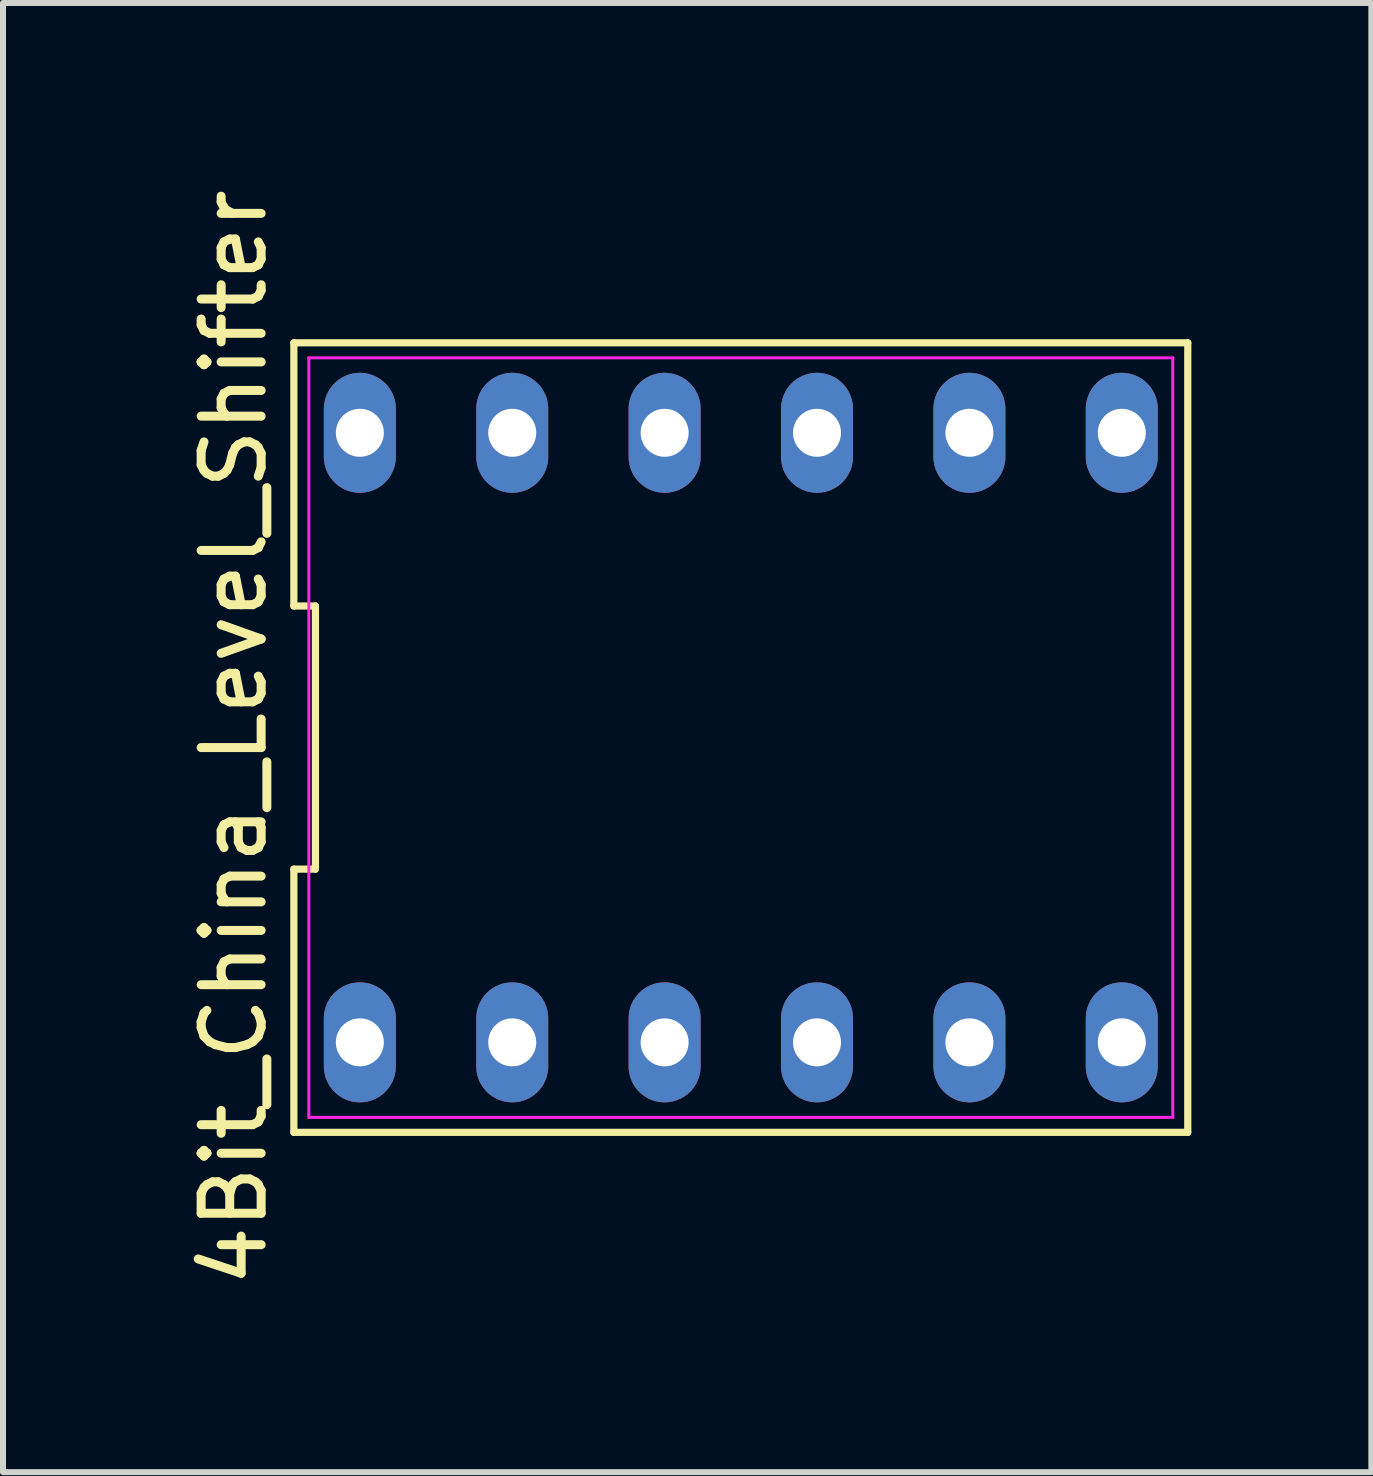
<source format=kicad_pcb>
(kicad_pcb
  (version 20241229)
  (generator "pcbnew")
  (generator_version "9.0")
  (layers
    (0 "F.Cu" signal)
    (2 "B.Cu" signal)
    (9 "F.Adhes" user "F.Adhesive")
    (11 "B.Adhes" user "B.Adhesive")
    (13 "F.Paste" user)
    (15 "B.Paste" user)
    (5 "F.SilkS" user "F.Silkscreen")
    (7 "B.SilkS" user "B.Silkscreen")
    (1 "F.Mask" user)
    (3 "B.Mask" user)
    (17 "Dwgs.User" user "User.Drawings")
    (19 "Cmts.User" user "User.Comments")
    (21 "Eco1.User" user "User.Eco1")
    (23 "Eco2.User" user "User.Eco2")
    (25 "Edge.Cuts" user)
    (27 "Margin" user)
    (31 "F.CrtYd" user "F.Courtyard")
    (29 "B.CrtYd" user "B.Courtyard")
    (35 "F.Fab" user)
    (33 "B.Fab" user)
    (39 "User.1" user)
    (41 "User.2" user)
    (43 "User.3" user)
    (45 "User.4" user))
  (footprint "4Bit_China_Level_Shifter"
    (layer "F.Cu")
    (at 9.298 9.244)
    (property "Reference" "4Bit_China_Level_Shifter" (at -8.45 0 90) (layer "F.SilkS") (effects (font (size 1 1) (thickness 0.15))))
    (attr through_hole)
    (fp_line (start -7.45 -6.58) (end -7.45 -2.193) (stroke (width 0.12) (type solid)) (layer "F.SilkS"))
    (fp_line (start -7.45 -2.193) (end -7.09 -2.193) (stroke (width 0.12) (type solid)) (layer "F.SilkS"))
    (fp_line (start -7.45 2.193) (end -7.45 6.58) (stroke (width 0.12) (type solid)) (layer "F.SilkS"))
    (fp_line (start -7.45 6.58) (end 7.45 6.58) (stroke (width 0.12) (type solid)) (layer "F.SilkS"))
    (fp_line (start -7.09 -2.193) (end -7.09 2.193) (stroke (width 0.12) (type solid)) (layer "F.SilkS"))
    (fp_line (start -7.09 2.193) (end -7.45 2.193) (stroke (width 0.12) (type solid)) (layer "F.SilkS"))
    (fp_line (start 7.45 -6.58) (end -7.45 -6.58) (stroke (width 0.12) (type solid)) (layer "F.SilkS"))
    (fp_line (start 7.45 6.58) (end 7.45 -6.58) (stroke (width 0.12) (type solid)) (layer "F.SilkS"))
    (fp_line (start -7.2 -6.33) (end 7.2 -6.33) (stroke (width 0.05) (type solid)) (layer "F.CrtYd"))
    (fp_line (start -7.2 6.33) (end -7.2 -6.33) (stroke (width 0.05) (type solid)) (layer "F.CrtYd"))
    (fp_line (start 7.2 -6.33) (end 7.2 6.33) (stroke (width 0.05) (type solid)) (layer "F.CrtYd"))
    (fp_line (start 7.2 6.33) (end -7.2 6.33) (stroke (width 0.05) (type solid)) (layer "F.CrtYd"))
    (pad "1" thru_hole oval (at -6.35 5.08) (size 1.2 2) (drill 0.8) (layers "*.Cu" "*.Mask"))
    (pad "2" thru_hole oval (at -3.81 5.08) (size 1.2 2) (drill 0.8) (layers "*.Cu" "*.Mask"))
    (pad "3" thru_hole oval (at -1.27 5.08) (size 1.2 2) (drill 0.8) (layers "*.Cu" "*.Mask"))
    (pad "4" thru_hole oval (at 1.27 5.08) (size 1.2 2) (drill 0.8) (layers "*.Cu" "*.Mask"))
    (pad "5" thru_hole oval (at 3.81 5.08) (size 1.2 2) (drill 0.8) (layers "*.Cu" "*.Mask"))
    (pad "6" thru_hole oval (at 6.35 5.08) (size 1.2 2) (drill 0.8) (layers "*.Cu" "*.Mask"))
    (pad "7" thru_hole oval (at 6.35 -5.08) (size 1.2 2) (drill 0.8) (layers "*.Cu" "*.Mask"))
    (pad "8" thru_hole oval (at 3.81 -5.08) (size 1.2 2) (drill 0.8) (layers "*.Cu" "*.Mask"))
    (pad "9" thru_hole oval (at 1.27 -5.08) (size 1.2 2) (drill 0.8) (layers "*.Cu" "*.Mask"))
    (pad "10" thru_hole oval (at -1.27 -5.08) (size 1.2 2) (drill 0.8) (layers "*.Cu" "*.Mask"))
    (pad "11" thru_hole oval (at -3.81 -5.08) (size 1.2 2) (drill 0.8) (layers "*.Cu" "*.Mask"))
    (pad "12" thru_hole oval (at -6.35 -5.08) (size 1.2 2) (drill 0.8) (layers "*.Cu" "*.Mask")))
  (gr_rect
    (start -3 -3)
    (end 19.808 21.488)
    (stroke (width 0.1) (type default))
    (fill no)
    (layer "Edge.Cuts")))
</source>
